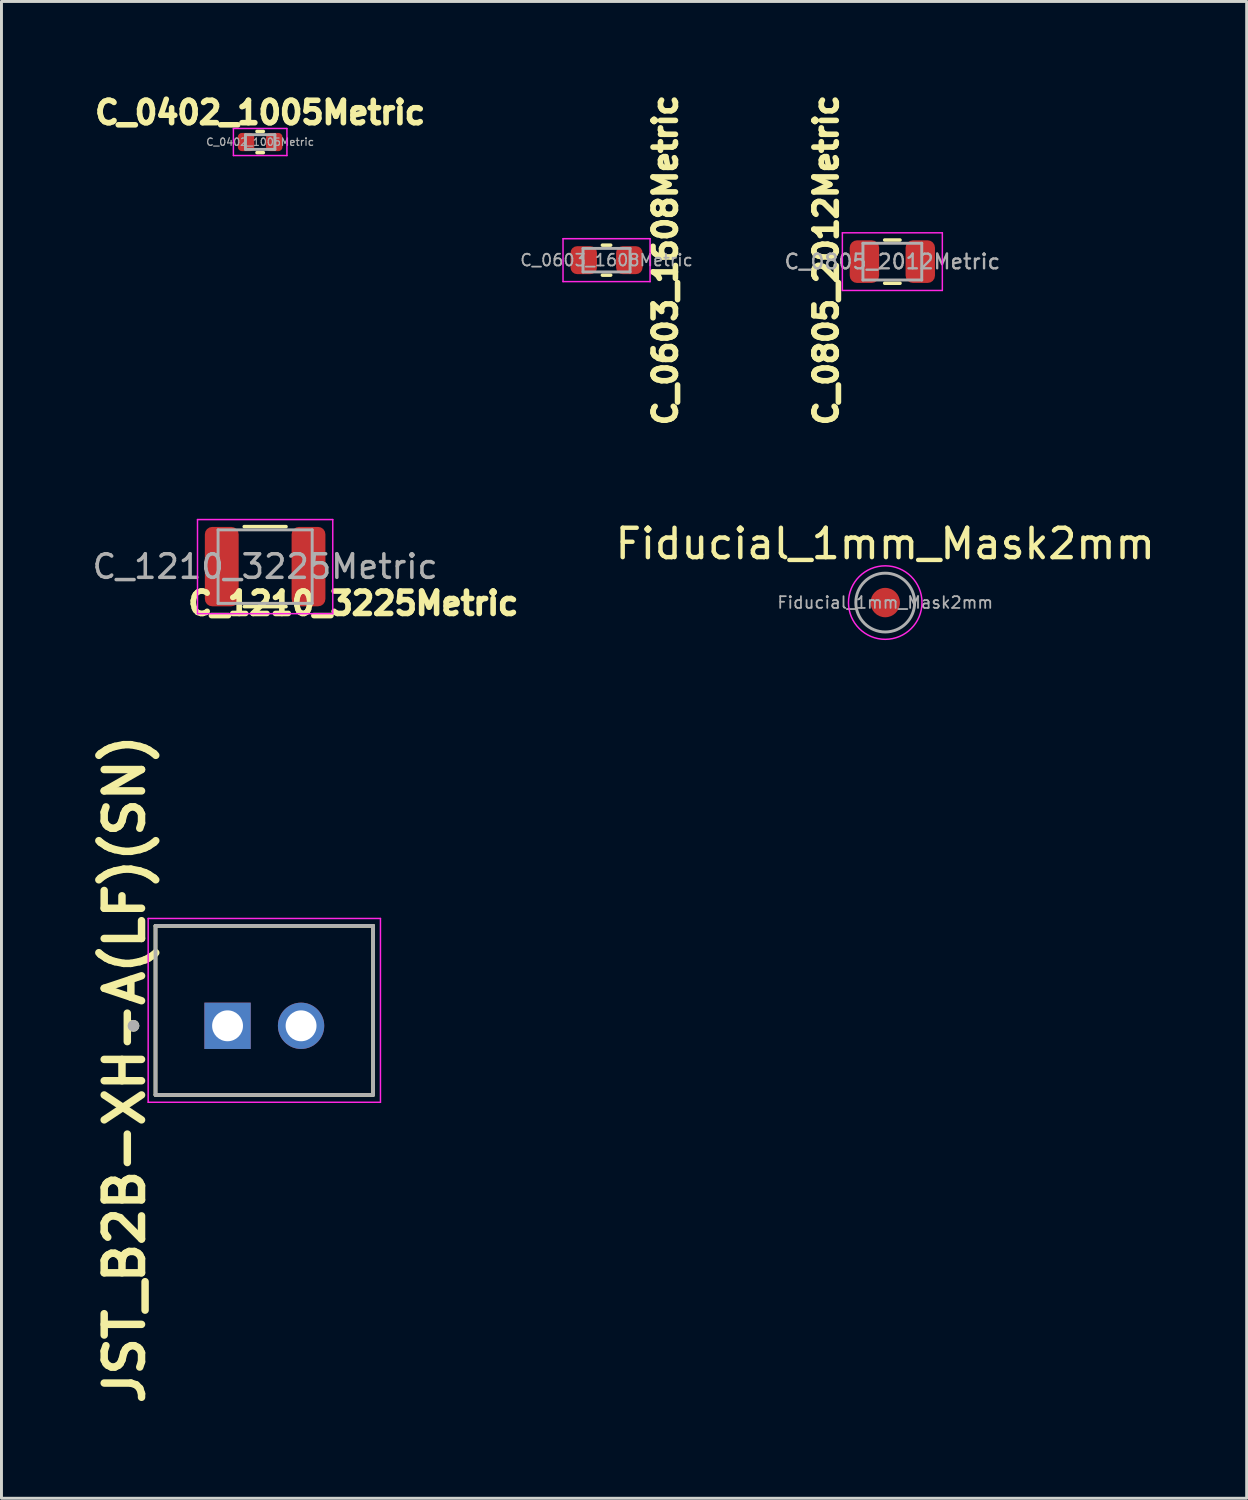
<source format=kicad_pcb>
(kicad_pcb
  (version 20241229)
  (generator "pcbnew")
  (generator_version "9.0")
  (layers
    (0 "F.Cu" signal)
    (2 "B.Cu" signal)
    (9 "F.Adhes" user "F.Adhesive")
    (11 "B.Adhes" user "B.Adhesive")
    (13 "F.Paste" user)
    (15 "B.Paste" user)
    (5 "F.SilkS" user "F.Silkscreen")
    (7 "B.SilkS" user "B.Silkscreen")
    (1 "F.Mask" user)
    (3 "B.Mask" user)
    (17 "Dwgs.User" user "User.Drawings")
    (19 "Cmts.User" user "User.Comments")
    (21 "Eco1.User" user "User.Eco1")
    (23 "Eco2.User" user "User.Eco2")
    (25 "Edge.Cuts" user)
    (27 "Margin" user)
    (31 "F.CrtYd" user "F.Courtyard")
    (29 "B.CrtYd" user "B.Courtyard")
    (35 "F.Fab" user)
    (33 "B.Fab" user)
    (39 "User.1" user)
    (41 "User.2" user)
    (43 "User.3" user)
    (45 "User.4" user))
  (footprint "C_0805_2012Metric"
    (layer "F.Cu")
    (at 27.298 5.848)
    (property "Reference" "C_0805_2012Metric" (at -2.25 -0.05 90) (layer "F.SilkS") (effects (font (size 0.762 0.762) (thickness 0.191) (bold yes))))
    (attr smd)
    (fp_line (start -0.261 -0.735) (end 0.261 -0.735) (stroke (width 0.12) (type solid)) (layer "F.SilkS"))
    (fp_line (start -0.261 0.735) (end 0.261 0.735) (stroke (width 0.12) (type solid)) (layer "F.SilkS"))
    (fp_line (start -1.7 -0.98) (end 1.7 -0.98) (stroke (width 0.05) (type solid)) (layer "F.CrtYd"))
    (fp_line (start -1.7 0.98) (end -1.7 -0.98) (stroke (width 0.05) (type solid)) (layer "F.CrtYd"))
    (fp_line (start 1.7 -0.98) (end 1.7 0.98) (stroke (width 0.05) (type solid)) (layer "F.CrtYd"))
    (fp_line (start 1.7 0.98) (end -1.7 0.98) (stroke (width 0.05) (type solid)) (layer "F.CrtYd"))
    (fp_line (start -1 -0.625) (end 1 -0.625) (stroke (width 0.1) (type solid)) (layer "F.Fab"))
    (fp_line (start -1 0.625) (end -1 -0.625) (stroke (width 0.1) (type solid)) (layer "F.Fab"))
    (fp_line (start 1 -0.625) (end 1 0.625) (stroke (width 0.1) (type solid)) (layer "F.Fab"))
    (fp_line (start 1 0.625) (end -1 0.625) (stroke (width 0.1) (type solid)) (layer "F.Fab"))
    (fp_text user "${REFERENCE}" (at 0 0 0) (layer "F.Fab") (effects (font (size 0.5 0.5) (thickness 0.08))))
    (pad "1" smd roundrect (at -0.95 0) (size 1 1.45) (layers "F.Cu" "F.Mask" "F.Paste") (roundrect_rratio 0.25))
    (pad "2" smd roundrect (at 0.95 0) (size 1 1.45) (layers "F.Cu" "F.Mask" "F.Paste") (roundrect_rratio 0.25)))
  (footprint "C_0603_1608Metric"
    (layer "F.Cu")
    (at 17.578 5.798)
    (property "Reference" "C_0603_1608Metric" (at 2 0 270) (layer "F.SilkS") (effects (font (size 0.762 0.762) (thickness 0.191) (bold yes))))
    (attr smd)
    (fp_line (start -0.141 -0.51) (end 0.141 -0.51) (stroke (width 0.12) (type solid)) (layer "F.SilkS"))
    (fp_line (start -0.141 0.51) (end 0.141 0.51) (stroke (width 0.12) (type solid)) (layer "F.SilkS"))
    (fp_line (start -1.48 -0.73) (end 1.48 -0.73) (stroke (width 0.05) (type solid)) (layer "F.CrtYd"))
    (fp_line (start -1.48 0.73) (end -1.48 -0.73) (stroke (width 0.05) (type solid)) (layer "F.CrtYd"))
    (fp_line (start 1.48 -0.73) (end 1.48 0.73) (stroke (width 0.05) (type solid)) (layer "F.CrtYd"))
    (fp_line (start 1.48 0.73) (end -1.48 0.73) (stroke (width 0.05) (type solid)) (layer "F.CrtYd"))
    (fp_line (start -0.8 -0.4) (end 0.8 -0.4) (stroke (width 0.1) (type solid)) (layer "F.Fab"))
    (fp_line (start -0.8 0.4) (end -0.8 -0.4) (stroke (width 0.1) (type solid)) (layer "F.Fab"))
    (fp_line (start 0.8 -0.4) (end 0.8 0.4) (stroke (width 0.1) (type solid)) (layer "F.Fab"))
    (fp_line (start 0.8 0.4) (end -0.8 0.4) (stroke (width 0.1) (type solid)) (layer "F.Fab"))
    (fp_text user "${REFERENCE}" (at 0 0 180) (layer "F.Fab") (effects (font (size 0.4 0.4) (thickness 0.06))))
    (pad "1" smd roundrect (at -0.775 0) (size 0.9 0.95) (layers "F.Cu" "F.Mask" "F.Paste") (roundrect_rratio 0.25))
    (pad "2" smd roundrect (at 0.775 0) (size 0.9 0.95) (layers "F.Cu" "F.Mask" "F.Paste") (roundrect_rratio 0.25)))
  (footprint "C_0402_1005Metric"
    (layer "F.Cu")
    (at 5.798 1.78)
    (property "Reference" "C_0402_1005Metric" (at 0 -1 0) (layer "F.SilkS") (effects (font (size 0.762 0.762) (thickness 0.191) (bold yes))))
    (attr smd)
    (fp_line (start -0.108 -0.36) (end 0.108 -0.36) (stroke (width 0.12) (type solid)) (layer "F.SilkS"))
    (fp_line (start -0.108 0.36) (end 0.108 0.36) (stroke (width 0.12) (type solid)) (layer "F.SilkS"))
    (fp_line (start -0.91 -0.46) (end 0.91 -0.46) (stroke (width 0.05) (type solid)) (layer "F.CrtYd"))
    (fp_line (start -0.91 0.46) (end -0.91 -0.46) (stroke (width 0.05) (type solid)) (layer "F.CrtYd"))
    (fp_line (start 0.91 -0.46) (end 0.91 0.46) (stroke (width 0.05) (type solid)) (layer "F.CrtYd"))
    (fp_line (start 0.91 0.46) (end -0.91 0.46) (stroke (width 0.05) (type solid)) (layer "F.CrtYd"))
    (fp_line (start -0.5 -0.25) (end 0.5 -0.25) (stroke (width 0.1) (type solid)) (layer "F.Fab"))
    (fp_line (start -0.5 0.25) (end -0.5 -0.25) (stroke (width 0.1) (type solid)) (layer "F.Fab"))
    (fp_line (start 0.5 -0.25) (end 0.5 0.25) (stroke (width 0.1) (type solid)) (layer "F.Fab"))
    (fp_line (start 0.5 0.25) (end -0.5 0.25) (stroke (width 0.1) (type solid)) (layer "F.Fab"))
    (fp_text user "${REFERENCE}" (at 0 0 0) (layer "F.Fab") (effects (font (size 0.25 0.25) (thickness 0.04))))
    (pad "1" smd roundrect (at -0.48 0) (size 0.56 0.62) (layers "F.Cu" "F.Mask" "F.Paste") (roundrect_rratio 0.25))
    (pad "2" smd roundrect (at 0.48 0) (size 0.56 0.62) (layers "F.Cu" "F.Mask" "F.Paste") (roundrect_rratio 0.25)))
  (footprint "C_1210_3225Metric"
    (layer "F.Cu")
    (at 5.967 16.22)
    (property "Reference" "C_1210_3225Metric" (at 3 1.25 0) (layer "F.SilkS") (effects (font (size 0.762 0.762) (thickness 0.191) (bold yes))))
    (attr smd)
    (fp_line (start -0.711 -1.36) (end 0.711 -1.36) (stroke (width 0.12) (type solid)) (layer "F.SilkS"))
    (fp_line (start -0.711 1.36) (end 0.711 1.36) (stroke (width 0.12) (type solid)) (layer "F.SilkS"))
    (fp_line (start -2.3 -1.6) (end 2.3 -1.6) (stroke (width 0.05) (type solid)) (layer "F.CrtYd"))
    (fp_line (start -2.3 1.6) (end -2.3 -1.6) (stroke (width 0.05) (type solid)) (layer "F.CrtYd"))
    (fp_line (start 2.3 -1.6) (end 2.3 1.6) (stroke (width 0.05) (type solid)) (layer "F.CrtYd"))
    (fp_line (start 2.3 1.6) (end -2.3 1.6) (stroke (width 0.05) (type solid)) (layer "F.CrtYd"))
    (fp_line (start -1.6 -1.25) (end 1.6 -1.25) (stroke (width 0.1) (type solid)) (layer "F.Fab"))
    (fp_line (start -1.6 1.25) (end -1.6 -1.25) (stroke (width 0.1) (type solid)) (layer "F.Fab"))
    (fp_line (start 1.6 -1.25) (end 1.6 1.25) (stroke (width 0.1) (type solid)) (layer "F.Fab"))
    (fp_line (start 1.6 1.25) (end -1.6 1.25) (stroke (width 0.1) (type solid)) (layer "F.Fab"))
    (fp_text user "${REFERENCE}" (at 0 0 0) (layer "F.Fab") (effects (font (size 0.8 0.8) (thickness 0.12))))
    (pad "1" smd roundrect (at -1.475 0) (size 1.15 2.7) (layers "F.Cu" "F.Mask" "F.Paste") (roundrect_rratio 0.217))
    (pad "2" smd roundrect (at 1.475 0) (size 1.15 2.7) (layers "F.Cu" "F.Mask" "F.Paste") (roundrect_rratio 0.217)))
  (footprint "Fiducial_1mm_Mask2mm"
    (layer "F.Cu")
    (at 27.056 17.443)
    (property "Reference" "Fiducial_1mm_Mask2mm" (at 0 -2 0) (layer "F.SilkS") (effects (font (size 1 1) (thickness 0.15))))
    (attr smd exclude_from_bom)
    (fp_circle (center 0 0) (end 1.25 0) (stroke (width 0.05) (type solid)) (fill no) (layer "F.CrtYd"))
    (fp_circle (center 0 0) (end 1 0) (stroke (width 0.1) (type solid)) (fill no) (layer "F.Fab"))
    (fp_text user "${REFERENCE}" (at 0 0 0) (layer "F.Fab") (effects (font (size 0.4 0.4) (thickness 0.06))))
    (pad "" smd circle (at 0 0) (size 1 1) (layers "F.Cu" "F.Mask")))
  (footprint "JST_B2B-XH-A(LF)(SN)"
    (layer "F.Cu")
    (at 5.939 31.312)
    (property "Reference" "JST_B2B-XH-A(LF)(SN)" (at -4.75 2 270) (layer "F.SilkS") (effects (font (size 1.27 1.27) (thickness 0.254) (bold yes))))
    (attr through_hole)
    (fp_line (start -3.7 -2.875) (end 3.7 -2.875) (stroke (width 0.127) (type solid)) (layer "F.SilkS"))
    (fp_line (start -3.7 2.875) (end -3.7 -2.875) (stroke (width 0.127) (type solid)) (layer "F.SilkS"))
    (fp_line (start 3.7 -2.875) (end 3.7 2.875) (stroke (width 0.127) (type solid)) (layer "F.SilkS"))
    (fp_line (start 3.7 2.875) (end -3.7 2.875) (stroke (width 0.127) (type solid)) (layer "F.SilkS"))
    (fp_circle (center -4.45 0.525) (end -4.35 0.525) (stroke (width 0.2) (type solid)) (fill no) (layer "F.SilkS"))
    (fp_line (start -3.95 -3.125) (end -3.95 3.125) (stroke (width 0.05) (type solid)) (layer "F.CrtYd"))
    (fp_line (start -3.95 3.125) (end 3.95 3.125) (stroke (width 0.05) (type solid)) (layer "F.CrtYd"))
    (fp_line (start 3.95 -3.125) (end -3.95 -3.125) (stroke (width 0.05) (type solid)) (layer "F.CrtYd"))
    (fp_line (start 3.95 3.125) (end 3.95 -3.125) (stroke (width 0.05) (type solid)) (layer "F.CrtYd"))
    (fp_line (start -3.7 -2.875) (end 3.7 -2.875) (stroke (width 0.127) (type solid)) (layer "F.Fab"))
    (fp_line (start -3.7 2.875) (end -3.7 -2.875) (stroke (width 0.127) (type solid)) (layer "F.Fab"))
    (fp_line (start 3.7 -2.875) (end 3.7 2.875) (stroke (width 0.127) (type solid)) (layer "F.Fab"))
    (fp_line (start 3.7 2.875) (end -3.7 2.875) (stroke (width 0.127) (type solid)) (layer "F.Fab"))
    (fp_circle (center -4.45 0.525) (end -4.35 0.525) (stroke (width 0.2) (type solid)) (fill no) (layer "F.Fab"))
    (pad "1" thru_hole rect (at -1.25 0.525) (size 1.575 1.575) (drill 1.05) (layers "*.Cu" "*.Mask"))
    (pad "2" thru_hole circle (at 1.25 0.525) (size 1.575 1.575) (drill 1.05) (layers "*.Cu" "*.Mask")))
  (gr_rect
    (start -3 -3)
    (end 39.348 47.905)
    (stroke (width 0.1) (type default))
    (fill no)
    (layer "Edge.Cuts")))
</source>
